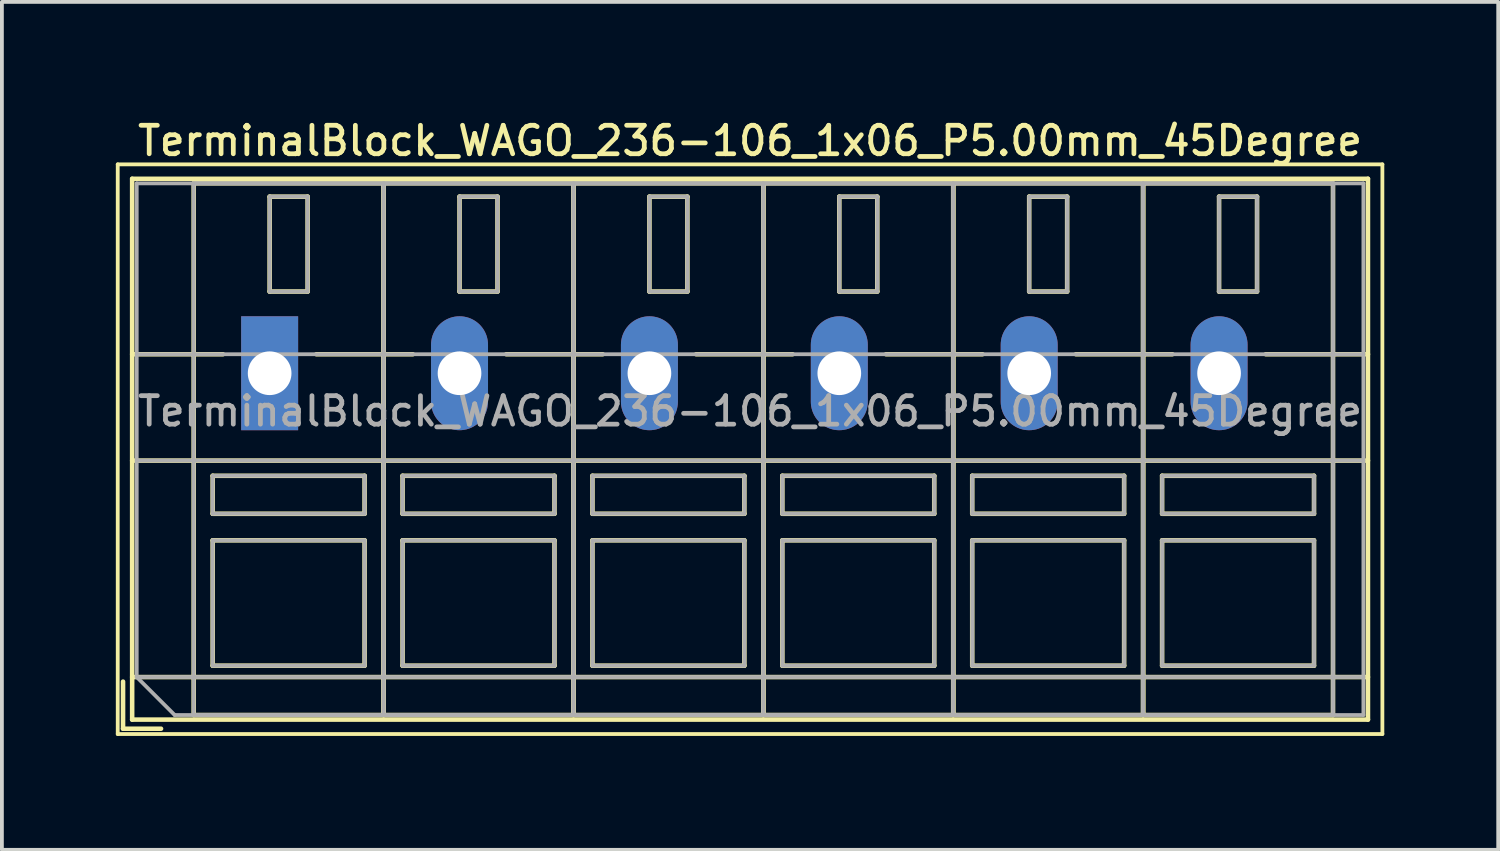
<source format=kicad_pcb>
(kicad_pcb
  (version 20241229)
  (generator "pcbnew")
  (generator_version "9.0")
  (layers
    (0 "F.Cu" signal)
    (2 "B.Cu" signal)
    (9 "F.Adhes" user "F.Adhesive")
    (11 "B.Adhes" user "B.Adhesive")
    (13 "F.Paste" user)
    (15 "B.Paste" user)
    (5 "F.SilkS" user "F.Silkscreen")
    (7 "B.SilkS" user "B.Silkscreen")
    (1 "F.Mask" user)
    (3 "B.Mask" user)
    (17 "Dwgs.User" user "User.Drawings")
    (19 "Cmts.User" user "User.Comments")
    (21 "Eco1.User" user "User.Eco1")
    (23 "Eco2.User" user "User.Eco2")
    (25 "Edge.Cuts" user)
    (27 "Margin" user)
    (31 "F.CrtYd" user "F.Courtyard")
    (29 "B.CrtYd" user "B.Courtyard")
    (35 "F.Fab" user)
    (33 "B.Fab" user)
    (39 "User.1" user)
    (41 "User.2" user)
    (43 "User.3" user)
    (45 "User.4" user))
  (footprint "TerminalBlock_WAGO_236-106_1x06_P5.00mm_45Degree"
    (layer "F.Cu")
    (at 4.05 6.778)
    (property "Reference" "TerminalBlock_WAGO_236-106_1x06_P5.00mm_45Degree" (at 12.65 -6.12 0) (layer "F.SilkS") (effects (font (size 0.75 0.75) (thickness 0.125))))
    (attr through_hole)
    (fp_line (start -4 -5.5) (end -4 9.5) (stroke (width 0.1) (type solid)) (layer "F.SilkS"))
    (fp_line (start -4 9.5) (end 29.3 9.5) (stroke (width 0.1) (type solid)) (layer "F.SilkS"))
    (fp_line (start -3.86 8.12) (end -3.86 9.36) (stroke (width 0.12) (type solid)) (layer "F.SilkS"))
    (fp_line (start -3.86 9.36) (end -2.86 9.36) (stroke (width 0.12) (type solid)) (layer "F.SilkS"))
    (fp_line (start -3.62 -5.12) (end -3.62 9.12) (stroke (width 0.12) (type solid)) (layer "F.SilkS"))
    (fp_line (start -3.62 -5.12) (end 28.92 -5.12) (stroke (width 0.12) (type solid)) (layer "F.SilkS"))
    (fp_line (start -3.62 -0.5) (end -1.23 -0.5) (stroke (width 0.12) (type solid)) (layer "F.SilkS"))
    (fp_line (start -3.62 2.3) (end 28.92 2.3) (stroke (width 0.12) (type solid)) (layer "F.SilkS"))
    (fp_line (start -3.62 8) (end 28.92 8) (stroke (width 0.12) (type solid)) (layer "F.SilkS"))
    (fp_line (start -3.62 9.12) (end 28.92 9.12) (stroke (width 0.12) (type solid)) (layer "F.SilkS"))
    (fp_line (start -2 -5) (end -2 9) (stroke (width 0.12) (type solid)) (layer "F.SilkS"))
    (fp_line (start -2 -5) (end 3 -5) (stroke (width 0.12) (type solid)) (layer "F.SilkS"))
    (fp_line (start -2 9) (end 3 9) (stroke (width 0.12) (type solid)) (layer "F.SilkS"))
    (fp_line (start -1.5 2.7) (end -1.5 3.7) (stroke (width 0.12) (type solid)) (layer "F.SilkS"))
    (fp_line (start -1.5 2.7) (end 2.5 2.7) (stroke (width 0.12) (type solid)) (layer "F.SilkS"))
    (fp_line (start -1.5 3.7) (end 2.5 3.7) (stroke (width 0.12) (type solid)) (layer "F.SilkS"))
    (fp_line (start -1.5 4.4) (end -1.5 7.7) (stroke (width 0.12) (type solid)) (layer "F.SilkS"))
    (fp_line (start -1.5 4.4) (end 2.5 4.4) (stroke (width 0.12) (type solid)) (layer "F.SilkS"))
    (fp_line (start -1.5 7.7) (end 2.5 7.7) (stroke (width 0.12) (type solid)) (layer "F.SilkS"))
    (fp_line (start 0 -4.65) (end 0 -2.151) (stroke (width 0.12) (type solid)) (layer "F.SilkS"))
    (fp_line (start 0 -4.65) (end 1 -4.65) (stroke (width 0.12) (type solid)) (layer "F.SilkS"))
    (fp_line (start 0 -2.151) (end 1 -2.151) (stroke (width 0.12) (type solid)) (layer "F.SilkS"))
    (fp_line (start 1 -4.65) (end 1 -2.151) (stroke (width 0.12) (type solid)) (layer "F.SilkS"))
    (fp_line (start 1.23 -0.5) (end 3.77 -0.5) (stroke (width 0.12) (type solid)) (layer "F.SilkS"))
    (fp_line (start 2.5 2.7) (end 2.5 3.7) (stroke (width 0.12) (type solid)) (layer "F.SilkS"))
    (fp_line (start 2.5 4.4) (end 2.5 7.7) (stroke (width 0.12) (type solid)) (layer "F.SilkS"))
    (fp_line (start 3 -5) (end 3 9) (stroke (width 0.12) (type solid)) (layer "F.SilkS"))
    (fp_line (start 3 -5) (end 3 9) (stroke (width 0.12) (type solid)) (layer "F.SilkS"))
    (fp_line (start 3 -5) (end 8 -5) (stroke (width 0.12) (type solid)) (layer "F.SilkS"))
    (fp_line (start 3 9) (end 8 9) (stroke (width 0.12) (type solid)) (layer "F.SilkS"))
    (fp_line (start 3.5 2.7) (end 3.5 3.7) (stroke (width 0.12) (type solid)) (layer "F.SilkS"))
    (fp_line (start 3.5 2.7) (end 7.5 2.7) (stroke (width 0.12) (type solid)) (layer "F.SilkS"))
    (fp_line (start 3.5 3.7) (end 7.5 3.7) (stroke (width 0.12) (type solid)) (layer "F.SilkS"))
    (fp_line (start 3.5 4.4) (end 3.5 7.7) (stroke (width 0.12) (type solid)) (layer "F.SilkS"))
    (fp_line (start 3.5 4.4) (end 7.5 4.4) (stroke (width 0.12) (type solid)) (layer "F.SilkS"))
    (fp_line (start 3.5 7.7) (end 7.5 7.7) (stroke (width 0.12) (type solid)) (layer "F.SilkS"))
    (fp_line (start 5 -4.65) (end 5 -2.151) (stroke (width 0.12) (type solid)) (layer "F.SilkS"))
    (fp_line (start 5 -4.65) (end 6 -4.65) (stroke (width 0.12) (type solid)) (layer "F.SilkS"))
    (fp_line (start 5 -2.151) (end 6 -2.151) (stroke (width 0.12) (type solid)) (layer "F.SilkS"))
    (fp_line (start 6 -4.65) (end 6 -2.151) (stroke (width 0.12) (type solid)) (layer "F.SilkS"))
    (fp_line (start 6.23 -0.5) (end 8.77 -0.5) (stroke (width 0.12) (type solid)) (layer "F.SilkS"))
    (fp_line (start 7.5 2.7) (end 7.5 3.7) (stroke (width 0.12) (type solid)) (layer "F.SilkS"))
    (fp_line (start 7.5 4.4) (end 7.5 7.7) (stroke (width 0.12) (type solid)) (layer "F.SilkS"))
    (fp_line (start 8 -5) (end 8 9) (stroke (width 0.12) (type solid)) (layer "F.SilkS"))
    (fp_line (start 8 -5) (end 8 9) (stroke (width 0.12) (type solid)) (layer "F.SilkS"))
    (fp_line (start 8 -5) (end 13 -5) (stroke (width 0.12) (type solid)) (layer "F.SilkS"))
    (fp_line (start 8 9) (end 13 9) (stroke (width 0.12) (type solid)) (layer "F.SilkS"))
    (fp_line (start 8.5 2.7) (end 8.5 3.7) (stroke (width 0.12) (type solid)) (layer "F.SilkS"))
    (fp_line (start 8.5 2.7) (end 12.5 2.7) (stroke (width 0.12) (type solid)) (layer "F.SilkS"))
    (fp_line (start 8.5 3.7) (end 12.5 3.7) (stroke (width 0.12) (type solid)) (layer "F.SilkS"))
    (fp_line (start 8.5 4.4) (end 8.5 7.7) (stroke (width 0.12) (type solid)) (layer "F.SilkS"))
    (fp_line (start 8.5 4.4) (end 12.5 4.4) (stroke (width 0.12) (type solid)) (layer "F.SilkS"))
    (fp_line (start 8.5 7.7) (end 12.5 7.7) (stroke (width 0.12) (type solid)) (layer "F.SilkS"))
    (fp_line (start 10 -4.65) (end 10 -2.151) (stroke (width 0.12) (type solid)) (layer "F.SilkS"))
    (fp_line (start 10 -4.65) (end 11 -4.65) (stroke (width 0.12) (type solid)) (layer "F.SilkS"))
    (fp_line (start 10 -2.151) (end 11 -2.151) (stroke (width 0.12) (type solid)) (layer "F.SilkS"))
    (fp_line (start 11 -4.65) (end 11 -2.151) (stroke (width 0.12) (type solid)) (layer "F.SilkS"))
    (fp_line (start 11.23 -0.5) (end 13.77 -0.5) (stroke (width 0.12) (type solid)) (layer "F.SilkS"))
    (fp_line (start 12.5 2.7) (end 12.5 3.7) (stroke (width 0.12) (type solid)) (layer "F.SilkS"))
    (fp_line (start 12.5 4.4) (end 12.5 7.7) (stroke (width 0.12) (type solid)) (layer "F.SilkS"))
    (fp_line (start 13 -5) (end 13 9) (stroke (width 0.12) (type solid)) (layer "F.SilkS"))
    (fp_line (start 13 -5) (end 13 9) (stroke (width 0.12) (type solid)) (layer "F.SilkS"))
    (fp_line (start 13 -5) (end 18 -5) (stroke (width 0.12) (type solid)) (layer "F.SilkS"))
    (fp_line (start 13 9) (end 18 9) (stroke (width 0.12) (type solid)) (layer "F.SilkS"))
    (fp_line (start 13.5 2.7) (end 13.5 3.7) (stroke (width 0.12) (type solid)) (layer "F.SilkS"))
    (fp_line (start 13.5 2.7) (end 17.5 2.7) (stroke (width 0.12) (type solid)) (layer "F.SilkS"))
    (fp_line (start 13.5 3.7) (end 17.5 3.7) (stroke (width 0.12) (type solid)) (layer "F.SilkS"))
    (fp_line (start 13.5 4.4) (end 13.5 7.7) (stroke (width 0.12) (type solid)) (layer "F.SilkS"))
    (fp_line (start 13.5 4.4) (end 17.5 4.4) (stroke (width 0.12) (type solid)) (layer "F.SilkS"))
    (fp_line (start 13.5 7.7) (end 17.5 7.7) (stroke (width 0.12) (type solid)) (layer "F.SilkS"))
    (fp_line (start 15 -4.65) (end 15 -2.151) (stroke (width 0.12) (type solid)) (layer "F.SilkS"))
    (fp_line (start 15 -4.65) (end 16 -4.65) (stroke (width 0.12) (type solid)) (layer "F.SilkS"))
    (fp_line (start 15 -2.151) (end 16 -2.151) (stroke (width 0.12) (type solid)) (layer "F.SilkS"))
    (fp_line (start 16 -4.65) (end 16 -2.151) (stroke (width 0.12) (type solid)) (layer "F.SilkS"))
    (fp_line (start 16.23 -0.5) (end 18.77 -0.5) (stroke (width 0.12) (type solid)) (layer "F.SilkS"))
    (fp_line (start 17.5 2.7) (end 17.5 3.7) (stroke (width 0.12) (type solid)) (layer "F.SilkS"))
    (fp_line (start 17.5 4.4) (end 17.5 7.7) (stroke (width 0.12) (type solid)) (layer "F.SilkS"))
    (fp_line (start 18 -5) (end 18 9) (stroke (width 0.12) (type solid)) (layer "F.SilkS"))
    (fp_line (start 18 -5) (end 18 9) (stroke (width 0.12) (type solid)) (layer "F.SilkS"))
    (fp_line (start 18 -5) (end 23 -5) (stroke (width 0.12) (type solid)) (layer "F.SilkS"))
    (fp_line (start 18 9) (end 23 9) (stroke (width 0.12) (type solid)) (layer "F.SilkS"))
    (fp_line (start 18.5 2.7) (end 18.5 3.7) (stroke (width 0.12) (type solid)) (layer "F.SilkS"))
    (fp_line (start 18.5 2.7) (end 22.5 2.7) (stroke (width 0.12) (type solid)) (layer "F.SilkS"))
    (fp_line (start 18.5 3.7) (end 22.5 3.7) (stroke (width 0.12) (type solid)) (layer "F.SilkS"))
    (fp_line (start 18.5 4.4) (end 18.5 7.7) (stroke (width 0.12) (type solid)) (layer "F.SilkS"))
    (fp_line (start 18.5 4.4) (end 22.5 4.4) (stroke (width 0.12) (type solid)) (layer "F.SilkS"))
    (fp_line (start 18.5 7.7) (end 22.5 7.7) (stroke (width 0.12) (type solid)) (layer "F.SilkS"))
    (fp_line (start 20 -4.65) (end 20 -2.151) (stroke (width 0.12) (type solid)) (layer "F.SilkS"))
    (fp_line (start 20 -4.65) (end 21 -4.65) (stroke (width 0.12) (type solid)) (layer "F.SilkS"))
    (fp_line (start 20 -2.151) (end 21 -2.151) (stroke (width 0.12) (type solid)) (layer "F.SilkS"))
    (fp_line (start 21 -4.65) (end 21 -2.151) (stroke (width 0.12) (type solid)) (layer "F.SilkS"))
    (fp_line (start 21.23 -0.5) (end 23.77 -0.5) (stroke (width 0.12) (type solid)) (layer "F.SilkS"))
    (fp_line (start 22.5 2.7) (end 22.5 3.7) (stroke (width 0.12) (type solid)) (layer "F.SilkS"))
    (fp_line (start 22.5 4.4) (end 22.5 7.7) (stroke (width 0.12) (type solid)) (layer "F.SilkS"))
    (fp_line (start 23 -5) (end 23 9) (stroke (width 0.12) (type solid)) (layer "F.SilkS"))
    (fp_line (start 23 -5) (end 23 9) (stroke (width 0.12) (type solid)) (layer "F.SilkS"))
    (fp_line (start 23 -5) (end 28 -5) (stroke (width 0.12) (type solid)) (layer "F.SilkS"))
    (fp_line (start 23 9) (end 28 9) (stroke (width 0.12) (type solid)) (layer "F.SilkS"))
    (fp_line (start 23.5 2.7) (end 23.5 3.7) (stroke (width 0.12) (type solid)) (layer "F.SilkS"))
    (fp_line (start 23.5 2.7) (end 27.5 2.7) (stroke (width 0.12) (type solid)) (layer "F.SilkS"))
    (fp_line (start 23.5 3.7) (end 27.5 3.7) (stroke (width 0.12) (type solid)) (layer "F.SilkS"))
    (fp_line (start 23.5 4.4) (end 23.5 7.7) (stroke (width 0.12) (type solid)) (layer "F.SilkS"))
    (fp_line (start 23.5 4.4) (end 27.5 4.4) (stroke (width 0.12) (type solid)) (layer "F.SilkS"))
    (fp_line (start 23.5 7.7) (end 27.5 7.7) (stroke (width 0.12) (type solid)) (layer "F.SilkS"))
    (fp_line (start 25 -4.65) (end 25 -2.151) (stroke (width 0.12) (type solid)) (layer "F.SilkS"))
    (fp_line (start 25 -4.65) (end 26 -4.65) (stroke (width 0.12) (type solid)) (layer "F.SilkS"))
    (fp_line (start 25 -2.151) (end 26 -2.151) (stroke (width 0.12) (type solid)) (layer "F.SilkS"))
    (fp_line (start 26 -4.65) (end 26 -2.151) (stroke (width 0.12) (type solid)) (layer "F.SilkS"))
    (fp_line (start 26.23 -0.5) (end 28.92 -0.5) (stroke (width 0.12) (type solid)) (layer "F.SilkS"))
    (fp_line (start 27.5 2.7) (end 27.5 3.7) (stroke (width 0.12) (type solid)) (layer "F.SilkS"))
    (fp_line (start 27.5 4.4) (end 27.5 7.7) (stroke (width 0.12) (type solid)) (layer "F.SilkS"))
    (fp_line (start 28 -5) (end 28 9) (stroke (width 0.12) (type solid)) (layer "F.SilkS"))
    (fp_line (start 28.92 -5.12) (end 28.92 9.12) (stroke (width 0.12) (type solid)) (layer "F.SilkS"))
    (fp_line (start 29.3 -5.5) (end -4 -5.5) (stroke (width 0.1) (type solid)) (layer "F.SilkS"))
    (fp_line (start 29.3 9.5) (end 29.3 -5.5) (stroke (width 0.1) (type solid)) (layer "F.SilkS"))
    (fp_line (start -3.5 -5) (end 28.8 -5) (stroke (width 0.1) (type solid)) (layer "F.Fab"))
    (fp_line (start -3.5 -0.5) (end 28.8 -0.5) (stroke (width 0.1) (type solid)) (layer "F.Fab"))
    (fp_line (start -3.5 2.3) (end 28.8 2.3) (stroke (width 0.1) (type solid)) (layer "F.Fab"))
    (fp_line (start -3.5 8) (end -3.5 -5) (stroke (width 0.1) (type solid)) (layer "F.Fab"))
    (fp_line (start -3.5 8) (end 28.8 8) (stroke (width 0.1) (type solid)) (layer "F.Fab"))
    (fp_line (start -2.5 9) (end -3.5 8) (stroke (width 0.1) (type solid)) (layer "F.Fab"))
    (fp_line (start -2 -5) (end -2 9) (stroke (width 0.1) (type solid)) (layer "F.Fab"))
    (fp_line (start -2 9) (end 3 9) (stroke (width 0.1) (type solid)) (layer "F.Fab"))
    (fp_line (start -1.5 2.7) (end -1.5 3.7) (stroke (width 0.1) (type solid)) (layer "F.Fab"))
    (fp_line (start -1.5 3.7) (end 2.5 3.7) (stroke (width 0.1) (type solid)) (layer "F.Fab"))
    (fp_line (start -1.5 4.4) (end -1.5 7.7) (stroke (width 0.1) (type solid)) (layer "F.Fab"))
    (fp_line (start -1.5 7.7) (end 2.5 7.7) (stroke (width 0.1) (type solid)) (layer "F.Fab"))
    (fp_line (start 0 -4.65) (end 0 -2.15) (stroke (width 0.1) (type solid)) (layer "F.Fab"))
    (fp_line (start 0 -2.15) (end 1 -2.15) (stroke (width 0.1) (type solid)) (layer "F.Fab"))
    (fp_line (start 1 -4.65) (end 0 -4.65) (stroke (width 0.1) (type solid)) (layer "F.Fab"))
    (fp_line (start 1 -2.15) (end 1 -4.65) (stroke (width 0.1) (type solid)) (layer "F.Fab"))
    (fp_line (start 2.5 2.7) (end -1.5 2.7) (stroke (width 0.1) (type solid)) (layer "F.Fab"))
    (fp_line (start 2.5 3.7) (end 2.5 2.7) (stroke (width 0.1) (type solid)) (layer "F.Fab"))
    (fp_line (start 2.5 4.4) (end -1.5 4.4) (stroke (width 0.1) (type solid)) (layer "F.Fab"))
    (fp_line (start 2.5 7.7) (end 2.5 4.4) (stroke (width 0.1) (type solid)) (layer "F.Fab"))
    (fp_line (start 3 -5) (end -2 -5) (stroke (width 0.1) (type solid)) (layer "F.Fab"))
    (fp_line (start 3 -5) (end 3 9) (stroke (width 0.1) (type solid)) (layer "F.Fab"))
    (fp_line (start 3 9) (end 3 -5) (stroke (width 0.1) (type solid)) (layer "F.Fab"))
    (fp_line (start 3 9) (end 8 9) (stroke (width 0.1) (type solid)) (layer "F.Fab"))
    (fp_line (start 3.5 2.7) (end 3.5 3.7) (stroke (width 0.1) (type solid)) (layer "F.Fab"))
    (fp_line (start 3.5 3.7) (end 7.5 3.7) (stroke (width 0.1) (type solid)) (layer "F.Fab"))
    (fp_line (start 3.5 4.4) (end 3.5 7.7) (stroke (width 0.1) (type solid)) (layer "F.Fab"))
    (fp_line (start 3.5 7.7) (end 7.5 7.7) (stroke (width 0.1) (type solid)) (layer "F.Fab"))
    (fp_line (start 5 -4.65) (end 5 -2.15) (stroke (width 0.1) (type solid)) (layer "F.Fab"))
    (fp_line (start 5 -2.15) (end 6 -2.15) (stroke (width 0.1) (type solid)) (layer "F.Fab"))
    (fp_line (start 6 -4.65) (end 5 -4.65) (stroke (width 0.1) (type solid)) (layer "F.Fab"))
    (fp_line (start 6 -2.15) (end 6 -4.65) (stroke (width 0.1) (type solid)) (layer "F.Fab"))
    (fp_line (start 7.5 2.7) (end 3.5 2.7) (stroke (width 0.1) (type solid)) (layer "F.Fab"))
    (fp_line (start 7.5 3.7) (end 7.5 2.7) (stroke (width 0.1) (type solid)) (layer "F.Fab"))
    (fp_line (start 7.5 4.4) (end 3.5 4.4) (stroke (width 0.1) (type solid)) (layer "F.Fab"))
    (fp_line (start 7.5 7.7) (end 7.5 4.4) (stroke (width 0.1) (type solid)) (layer "F.Fab"))
    (fp_line (start 8 -5) (end 3 -5) (stroke (width 0.1) (type solid)) (layer "F.Fab"))
    (fp_line (start 8 -5) (end 8 9) (stroke (width 0.1) (type solid)) (layer "F.Fab"))
    (fp_line (start 8 9) (end 8 -5) (stroke (width 0.1) (type solid)) (layer "F.Fab"))
    (fp_line (start 8 9) (end 13 9) (stroke (width 0.1) (type solid)) (layer "F.Fab"))
    (fp_line (start 8.5 2.7) (end 8.5 3.7) (stroke (width 0.1) (type solid)) (layer "F.Fab"))
    (fp_line (start 8.5 3.7) (end 12.5 3.7) (stroke (width 0.1) (type solid)) (layer "F.Fab"))
    (fp_line (start 8.5 4.4) (end 8.5 7.7) (stroke (width 0.1) (type solid)) (layer "F.Fab"))
    (fp_line (start 8.5 7.7) (end 12.5 7.7) (stroke (width 0.1) (type solid)) (layer "F.Fab"))
    (fp_line (start 10 -4.65) (end 10 -2.15) (stroke (width 0.1) (type solid)) (layer "F.Fab"))
    (fp_line (start 10 -2.15) (end 11 -2.15) (stroke (width 0.1) (type solid)) (layer "F.Fab"))
    (fp_line (start 11 -4.65) (end 10 -4.65) (stroke (width 0.1) (type solid)) (layer "F.Fab"))
    (fp_line (start 11 -2.15) (end 11 -4.65) (stroke (width 0.1) (type solid)) (layer "F.Fab"))
    (fp_line (start 12.5 2.7) (end 8.5 2.7) (stroke (width 0.1) (type solid)) (layer "F.Fab"))
    (fp_line (start 12.5 3.7) (end 12.5 2.7) (stroke (width 0.1) (type solid)) (layer "F.Fab"))
    (fp_line (start 12.5 4.4) (end 8.5 4.4) (stroke (width 0.1) (type solid)) (layer "F.Fab"))
    (fp_line (start 12.5 7.7) (end 12.5 4.4) (stroke (width 0.1) (type solid)) (layer "F.Fab"))
    (fp_line (start 13 -5) (end 8 -5) (stroke (width 0.1) (type solid)) (layer "F.Fab"))
    (fp_line (start 13 -5) (end 13 9) (stroke (width 0.1) (type solid)) (layer "F.Fab"))
    (fp_line (start 13 9) (end 13 -5) (stroke (width 0.1) (type solid)) (layer "F.Fab"))
    (fp_line (start 13 9) (end 18 9) (stroke (width 0.1) (type solid)) (layer "F.Fab"))
    (fp_line (start 13.5 2.7) (end 13.5 3.7) (stroke (width 0.1) (type solid)) (layer "F.Fab"))
    (fp_line (start 13.5 3.7) (end 17.5 3.7) (stroke (width 0.1) (type solid)) (layer "F.Fab"))
    (fp_line (start 13.5 4.4) (end 13.5 7.7) (stroke (width 0.1) (type solid)) (layer "F.Fab"))
    (fp_line (start 13.5 7.7) (end 17.5 7.7) (stroke (width 0.1) (type solid)) (layer "F.Fab"))
    (fp_line (start 15 -4.65) (end 15 -2.15) (stroke (width 0.1) (type solid)) (layer "F.Fab"))
    (fp_line (start 15 -2.15) (end 16 -2.15) (stroke (width 0.1) (type solid)) (layer "F.Fab"))
    (fp_line (start 16 -4.65) (end 15 -4.65) (stroke (width 0.1) (type solid)) (layer "F.Fab"))
    (fp_line (start 16 -2.15) (end 16 -4.65) (stroke (width 0.1) (type solid)) (layer "F.Fab"))
    (fp_line (start 17.5 2.7) (end 13.5 2.7) (stroke (width 0.1) (type solid)) (layer "F.Fab"))
    (fp_line (start 17.5 3.7) (end 17.5 2.7) (stroke (width 0.1) (type solid)) (layer "F.Fab"))
    (fp_line (start 17.5 4.4) (end 13.5 4.4) (stroke (width 0.1) (type solid)) (layer "F.Fab"))
    (fp_line (start 17.5 7.7) (end 17.5 4.4) (stroke (width 0.1) (type solid)) (layer "F.Fab"))
    (fp_line (start 18 -5) (end 13 -5) (stroke (width 0.1) (type solid)) (layer "F.Fab"))
    (fp_line (start 18 -5) (end 18 9) (stroke (width 0.1) (type solid)) (layer "F.Fab"))
    (fp_line (start 18 9) (end 18 -5) (stroke (width 0.1) (type solid)) (layer "F.Fab"))
    (fp_line (start 18 9) (end 23 9) (stroke (width 0.1) (type solid)) (layer "F.Fab"))
    (fp_line (start 18.5 2.7) (end 18.5 3.7) (stroke (width 0.1) (type solid)) (layer "F.Fab"))
    (fp_line (start 18.5 3.7) (end 22.5 3.7) (stroke (width 0.1) (type solid)) (layer "F.Fab"))
    (fp_line (start 18.5 4.4) (end 18.5 7.7) (stroke (width 0.1) (type solid)) (layer "F.Fab"))
    (fp_line (start 18.5 7.7) (end 22.5 7.7) (stroke (width 0.1) (type solid)) (layer "F.Fab"))
    (fp_line (start 20 -4.65) (end 20 -2.15) (stroke (width 0.1) (type solid)) (layer "F.Fab"))
    (fp_line (start 20 -2.15) (end 21 -2.15) (stroke (width 0.1) (type solid)) (layer "F.Fab"))
    (fp_line (start 21 -4.65) (end 20 -4.65) (stroke (width 0.1) (type solid)) (layer "F.Fab"))
    (fp_line (start 21 -2.15) (end 21 -4.65) (stroke (width 0.1) (type solid)) (layer "F.Fab"))
    (fp_line (start 22.5 2.7) (end 18.5 2.7) (stroke (width 0.1) (type solid)) (layer "F.Fab"))
    (fp_line (start 22.5 3.7) (end 22.5 2.7) (stroke (width 0.1) (type solid)) (layer "F.Fab"))
    (fp_line (start 22.5 4.4) (end 18.5 4.4) (stroke (width 0.1) (type solid)) (layer "F.Fab"))
    (fp_line (start 22.5 7.7) (end 22.5 4.4) (stroke (width 0.1) (type solid)) (layer "F.Fab"))
    (fp_line (start 23 -5) (end 18 -5) (stroke (width 0.1) (type solid)) (layer "F.Fab"))
    (fp_line (start 23 -5) (end 23 9) (stroke (width 0.1) (type solid)) (layer "F.Fab"))
    (fp_line (start 23 9) (end 23 -5) (stroke (width 0.1) (type solid)) (layer "F.Fab"))
    (fp_line (start 23 9) (end 28 9) (stroke (width 0.1) (type solid)) (layer "F.Fab"))
    (fp_line (start 23.5 2.7) (end 23.5 3.7) (stroke (width 0.1) (type solid)) (layer "F.Fab"))
    (fp_line (start 23.5 3.7) (end 27.5 3.7) (stroke (width 0.1) (type solid)) (layer "F.Fab"))
    (fp_line (start 23.5 4.4) (end 23.5 7.7) (stroke (width 0.1) (type solid)) (layer "F.Fab"))
    (fp_line (start 23.5 7.7) (end 27.5 7.7) (stroke (width 0.1) (type solid)) (layer "F.Fab"))
    (fp_line (start 25 -4.65) (end 25 -2.15) (stroke (width 0.1) (type solid)) (layer "F.Fab"))
    (fp_line (start 25 -2.15) (end 26 -2.15) (stroke (width 0.1) (type solid)) (layer "F.Fab"))
    (fp_line (start 26 -4.65) (end 25 -4.65) (stroke (width 0.1) (type solid)) (layer "F.Fab"))
    (fp_line (start 26 -2.15) (end 26 -4.65) (stroke (width 0.1) (type solid)) (layer "F.Fab"))
    (fp_line (start 27.5 2.7) (end 23.5 2.7) (stroke (width 0.1) (type solid)) (layer "F.Fab"))
    (fp_line (start 27.5 3.7) (end 27.5 2.7) (stroke (width 0.1) (type solid)) (layer "F.Fab"))
    (fp_line (start 27.5 4.4) (end 23.5 4.4) (stroke (width 0.1) (type solid)) (layer "F.Fab"))
    (fp_line (start 27.5 7.7) (end 27.5 4.4) (stroke (width 0.1) (type solid)) (layer "F.Fab"))
    (fp_line (start 28 -5) (end 23 -5) (stroke (width 0.1) (type solid)) (layer "F.Fab"))
    (fp_line (start 28 9) (end 28 -5) (stroke (width 0.1) (type solid)) (layer "F.Fab"))
    (fp_line (start 28.8 -5) (end 28.8 9) (stroke (width 0.1) (type solid)) (layer "F.Fab"))
    (fp_line (start 28.8 9) (end -2.5 9) (stroke (width 0.1) (type solid)) (layer "F.Fab"))
    (fp_text user "${REFERENCE}" (at 12.65 1 0) (layer "F.Fab") (effects (font (size 0.75 0.75) (thickness 0.125))))
    (pad "1" thru_hole rect (at 0 0) (size 1.5 3) (drill 1.15) (layers "*.Cu" "*.Mask"))
    (pad "2" thru_hole oval (at 5 0) (size 1.5 3) (drill 1.15) (layers "*.Cu" "*.Mask"))
    (pad "3" thru_hole oval (at 10 0) (size 1.5 3) (drill 1.15) (layers "*.Cu" "*.Mask"))
    (pad "4" thru_hole oval (at 15 0) (size 1.5 3) (drill 1.15) (layers "*.Cu" "*.Mask"))
    (pad "5" thru_hole oval (at 20 0) (size 1.5 3) (drill 1.15) (layers "*.Cu" "*.Mask"))
    (pad "6" thru_hole oval (at 25 0) (size 1.5 3) (drill 1.15) (layers "*.Cu" "*.Mask")))
  (gr_rect
    (start -3 -3)
    (end 36.4 19.328)
    (stroke (width 0.1) (type default))
    (fill no)
    (layer "Edge.Cuts")))
</source>
